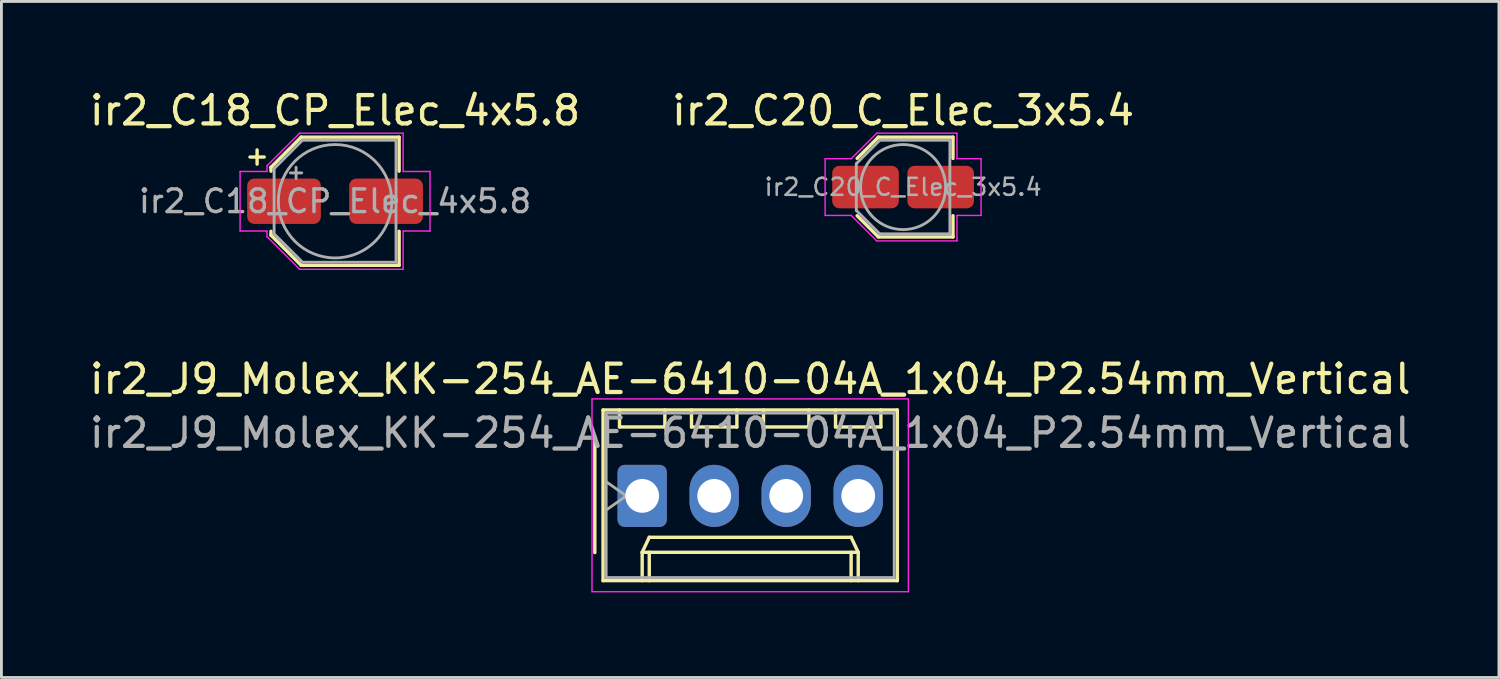
<source format=kicad_pcb>
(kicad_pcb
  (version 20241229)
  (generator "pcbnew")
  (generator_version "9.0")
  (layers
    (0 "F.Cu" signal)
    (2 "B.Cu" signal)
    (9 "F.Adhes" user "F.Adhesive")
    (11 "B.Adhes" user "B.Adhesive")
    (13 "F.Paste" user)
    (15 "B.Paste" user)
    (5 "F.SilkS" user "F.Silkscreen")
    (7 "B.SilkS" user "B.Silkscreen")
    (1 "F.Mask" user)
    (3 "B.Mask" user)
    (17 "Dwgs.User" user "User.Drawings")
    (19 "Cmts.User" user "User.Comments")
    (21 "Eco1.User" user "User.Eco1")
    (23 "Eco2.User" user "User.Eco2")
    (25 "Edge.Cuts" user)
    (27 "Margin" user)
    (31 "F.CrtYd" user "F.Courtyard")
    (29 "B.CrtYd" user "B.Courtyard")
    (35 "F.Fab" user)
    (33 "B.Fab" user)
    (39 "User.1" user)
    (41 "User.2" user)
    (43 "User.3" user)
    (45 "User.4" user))
  (footprint "ir2_C18_CP_Elec_4x5.8"
    (layer "F.Cu")
    (at 8.768 4.048)
    (property "Reference" "ir2_C18_CP_Elec_4x5.8" (at 0 -3.2 0) (layer "F.SilkS") (effects (font (size 1 1) (thickness 0.15))))
    (attr smd)
    (fp_line (start -3 -1.56) (end -2.5 -1.56) (stroke (width 0.12) (type solid)) (layer "F.SilkS"))
    (fp_line (start -2.75 -1.81) (end -2.75 -1.31) (stroke (width 0.12) (type solid)) (layer "F.SilkS"))
    (fp_line (start -2.26 -1.196) (end -2.26 -1.06) (stroke (width 0.12) (type solid)) (layer "F.SilkS"))
    (fp_line (start -2.26 -1.196) (end -1.196 -2.26) (stroke (width 0.12) (type solid)) (layer "F.SilkS"))
    (fp_line (start -2.26 1.196) (end -2.26 1.06) (stroke (width 0.12) (type solid)) (layer "F.SilkS"))
    (fp_line (start -2.26 1.196) (end -1.196 2.26) (stroke (width 0.12) (type solid)) (layer "F.SilkS"))
    (fp_line (start -1.196 -2.26) (end 2.26 -2.26) (stroke (width 0.12) (type solid)) (layer "F.SilkS"))
    (fp_line (start -1.196 2.26) (end 2.26 2.26) (stroke (width 0.12) (type solid)) (layer "F.SilkS"))
    (fp_line (start 2.26 -2.26) (end 2.26 -1.06) (stroke (width 0.12) (type solid)) (layer "F.SilkS"))
    (fp_line (start 2.26 2.26) (end 2.26 1.06) (stroke (width 0.12) (type solid)) (layer "F.SilkS"))
    (fp_line (start -3.35 -1.05) (end -3.35 1.05) (stroke (width 0.05) (type solid)) (layer "F.CrtYd"))
    (fp_line (start -3.35 1.05) (end -2.4 1.05) (stroke (width 0.05) (type solid)) (layer "F.CrtYd"))
    (fp_line (start -2.4 -1.25) (end -2.4 -1.05) (stroke (width 0.05) (type solid)) (layer "F.CrtYd"))
    (fp_line (start -2.4 -1.25) (end -1.25 -2.4) (stroke (width 0.05) (type solid)) (layer "F.CrtYd"))
    (fp_line (start -2.4 -1.05) (end -3.35 -1.05) (stroke (width 0.05) (type solid)) (layer "F.CrtYd"))
    (fp_line (start -2.4 1.05) (end -2.4 1.25) (stroke (width 0.05) (type solid)) (layer "F.CrtYd"))
    (fp_line (start -2.4 1.25) (end -1.25 2.4) (stroke (width 0.05) (type solid)) (layer "F.CrtYd"))
    (fp_line (start -1.25 -2.4) (end 2.4 -2.4) (stroke (width 0.05) (type solid)) (layer "F.CrtYd"))
    (fp_line (start -1.25 2.4) (end 2.4 2.4) (stroke (width 0.05) (type solid)) (layer "F.CrtYd"))
    (fp_line (start 2.4 -2.4) (end 2.4 -1.05) (stroke (width 0.05) (type solid)) (layer "F.CrtYd"))
    (fp_line (start 2.4 -1.05) (end 3.35 -1.05) (stroke (width 0.05) (type solid)) (layer "F.CrtYd"))
    (fp_line (start 2.4 1.05) (end 2.4 2.4) (stroke (width 0.05) (type solid)) (layer "F.CrtYd"))
    (fp_line (start 3.35 -1.05) (end 3.35 1.05) (stroke (width 0.05) (type solid)) (layer "F.CrtYd"))
    (fp_line (start 3.35 1.05) (end 2.4 1.05) (stroke (width 0.05) (type solid)) (layer "F.CrtYd"))
    (fp_line (start -2.15 -1.15) (end -2.15 1.15) (stroke (width 0.1) (type solid)) (layer "F.Fab"))
    (fp_line (start -2.15 -1.15) (end -1.15 -2.15) (stroke (width 0.1) (type solid)) (layer "F.Fab"))
    (fp_line (start -2.15 1.15) (end -1.15 2.15) (stroke (width 0.1) (type solid)) (layer "F.Fab"))
    (fp_line (start -1.575 -1) (end -1.175 -1) (stroke (width 0.1) (type solid)) (layer "F.Fab"))
    (fp_line (start -1.375 -1.2) (end -1.375 -0.8) (stroke (width 0.1) (type solid)) (layer "F.Fab"))
    (fp_line (start -1.15 -2.15) (end 2.15 -2.15) (stroke (width 0.1) (type solid)) (layer "F.Fab"))
    (fp_line (start -1.15 2.15) (end 2.15 2.15) (stroke (width 0.1) (type solid)) (layer "F.Fab"))
    (fp_line (start 2.15 -2.15) (end 2.15 2.15) (stroke (width 0.1) (type solid)) (layer "F.Fab"))
    (fp_circle (center 0 0) (end 2 0) (stroke (width 0.1) (type solid)) (fill no) (layer "F.Fab"))
    (fp_text user "${REFERENCE}" (at 0 0 0) (layer "F.Fab") (effects (font (size 0.8 0.8) (thickness 0.12))))
    (pad "1" smd roundrect (at -1.8 0) (size 2.6 1.6) (layers "F.Cu" "F.Mask" "F.Paste") (roundrect_rratio 0.156))
    (pad "2" smd roundrect (at 1.8 0) (size 2.6 1.6) (layers "F.Cu" "F.Mask" "F.Paste") (roundrect_rratio 0.156)))
  (footprint "ir2_C20_C_Elec_3x5.4"
    (layer "F.Cu")
    (at 28.804 3.548)
    (property "Reference" "ir2_C20_C_Elec_3x5.4" (at 0 -2.7 0) (layer "F.SilkS") (effects (font (size 1 1) (thickness 0.15))))
    (attr smd)
    (fp_line (start -1.621 -1.01) (end -0.871 -1.76) (stroke (width 0.12) (type solid)) (layer "F.SilkS"))
    (fp_line (start -1.621 1.01) (end -0.871 1.76) (stroke (width 0.12) (type solid)) (layer "F.SilkS"))
    (fp_line (start -0.871 -1.76) (end 1.76 -1.76) (stroke (width 0.12) (type solid)) (layer "F.SilkS"))
    (fp_line (start -0.871 1.76) (end 1.76 1.76) (stroke (width 0.12) (type solid)) (layer "F.SilkS"))
    (fp_line (start 1.76 -1.76) (end 1.76 -1.01) (stroke (width 0.12) (type solid)) (layer "F.SilkS"))
    (fp_line (start 1.76 1.76) (end 1.76 1.01) (stroke (width 0.12) (type solid)) (layer "F.SilkS"))
    (fp_line (start -2.75 -1) (end -2.75 1) (stroke (width 0.05) (type solid)) (layer "F.CrtYd"))
    (fp_line (start -2.75 1) (end -1.83 1) (stroke (width 0.05) (type solid)) (layer "F.CrtYd"))
    (fp_line (start -1.83 -1) (end -2.75 -1) (stroke (width 0.05) (type solid)) (layer "F.CrtYd"))
    (fp_line (start -1.83 -1) (end -0.93 -1.9) (stroke (width 0.05) (type solid)) (layer "F.CrtYd"))
    (fp_line (start -1.83 1) (end -0.93 1.9) (stroke (width 0.05) (type solid)) (layer "F.CrtYd"))
    (fp_line (start -0.93 -1.9) (end 1.9 -1.9) (stroke (width 0.05) (type solid)) (layer "F.CrtYd"))
    (fp_line (start -0.93 1.9) (end 1.9 1.9) (stroke (width 0.05) (type solid)) (layer "F.CrtYd"))
    (fp_line (start 1.9 -1.9) (end 1.9 -1) (stroke (width 0.05) (type solid)) (layer "F.CrtYd"))
    (fp_line (start 1.9 -1) (end 2.75 -1) (stroke (width 0.05) (type solid)) (layer "F.CrtYd"))
    (fp_line (start 1.9 1) (end 1.9 1.9) (stroke (width 0.05) (type solid)) (layer "F.CrtYd"))
    (fp_line (start 2.75 -1) (end 2.75 1) (stroke (width 0.05) (type solid)) (layer "F.CrtYd"))
    (fp_line (start 2.75 1) (end 1.9 1) (stroke (width 0.05) (type solid)) (layer "F.CrtYd"))
    (fp_line (start -1.65 -0.825) (end -1.65 0.825) (stroke (width 0.1) (type solid)) (layer "F.Fab"))
    (fp_line (start -1.65 -0.825) (end -0.825 -1.65) (stroke (width 0.1) (type solid)) (layer "F.Fab"))
    (fp_line (start -1.65 0.825) (end -0.825 1.65) (stroke (width 0.1) (type solid)) (layer "F.Fab"))
    (fp_line (start -0.825 -1.65) (end 1.65 -1.65) (stroke (width 0.1) (type solid)) (layer "F.Fab"))
    (fp_line (start -0.825 1.65) (end 1.65 1.65) (stroke (width 0.1) (type solid)) (layer "F.Fab"))
    (fp_line (start 1.65 -1.65) (end 1.65 1.65) (stroke (width 0.1) (type solid)) (layer "F.Fab"))
    (fp_circle (center 0 0) (end 1.5 0) (stroke (width 0.1) (type solid)) (fill no) (layer "F.Fab"))
    (fp_text user "${REFERENCE}" (at 0 0 0) (layer "F.Fab") (effects (font (size 0.6 0.6) (thickness 0.09))))
    (pad "1" smd roundrect (at -1.325 0) (size 2.35 1.5) (layers "F.Cu" "F.Mask" "F.Paste") (roundrect_rratio 0.167))
    (pad "2" smd roundrect (at 1.325 0) (size 2.35 1.5) (layers "F.Cu" "F.Mask" "F.Paste") (roundrect_rratio 0.167)))
  (footprint "ir2_J9_Molex_KK-254_AE-6410-04A_1x04_P2.54mm_Vertical"
    (layer "F.Cu")
    (at 19.601 14.441)
    (property "Reference" "ir2_J9_Molex_KK-254_AE-6410-04A_1x04_P2.54mm_Vertical" (at 3.81 -4.12 0) (layer "F.SilkS") (effects (font (size 1 1) (thickness 0.15))))
    (attr through_hole)
    (fp_line (start -1.67 -2) (end -1.67 2) (stroke (width 0.12) (type solid)) (layer "F.SilkS"))
    (fp_line (start -1.38 -3.03) (end -1.38 2.99) (stroke (width 0.12) (type solid)) (layer "F.SilkS"))
    (fp_line (start -1.38 2.99) (end 9 2.99) (stroke (width 0.12) (type solid)) (layer "F.SilkS"))
    (fp_line (start -0.8 -3.03) (end -0.8 -2.43) (stroke (width 0.12) (type solid)) (layer "F.SilkS"))
    (fp_line (start -0.8 -2.43) (end 0.8 -2.43) (stroke (width 0.12) (type solid)) (layer "F.SilkS"))
    (fp_line (start 0 1.99) (end 0.25 1.46) (stroke (width 0.12) (type solid)) (layer "F.SilkS"))
    (fp_line (start 0 1.99) (end 7.62 1.99) (stroke (width 0.12) (type solid)) (layer "F.SilkS"))
    (fp_line (start 0 2.99) (end 0 1.99) (stroke (width 0.12) (type solid)) (layer "F.SilkS"))
    (fp_line (start 0.25 1.46) (end 7.37 1.46) (stroke (width 0.12) (type solid)) (layer "F.SilkS"))
    (fp_line (start 0.25 2.99) (end 0.25 1.99) (stroke (width 0.12) (type solid)) (layer "F.SilkS"))
    (fp_line (start 0.8 -2.43) (end 0.8 -3.03) (stroke (width 0.12) (type solid)) (layer "F.SilkS"))
    (fp_line (start 1.74 -3.03) (end 1.74 -2.43) (stroke (width 0.12) (type solid)) (layer "F.SilkS"))
    (fp_line (start 1.74 -2.43) (end 3.34 -2.43) (stroke (width 0.12) (type solid)) (layer "F.SilkS"))
    (fp_line (start 3.34 -2.43) (end 3.34 -3.03) (stroke (width 0.12) (type solid)) (layer "F.SilkS"))
    (fp_line (start 4.28 -3.03) (end 4.28 -2.43) (stroke (width 0.12) (type solid)) (layer "F.SilkS"))
    (fp_line (start 4.28 -2.43) (end 5.88 -2.43) (stroke (width 0.12) (type solid)) (layer "F.SilkS"))
    (fp_line (start 5.88 -2.43) (end 5.88 -3.03) (stroke (width 0.12) (type solid)) (layer "F.SilkS"))
    (fp_line (start 6.82 -3.03) (end 6.82 -2.43) (stroke (width 0.12) (type solid)) (layer "F.SilkS"))
    (fp_line (start 6.82 -2.43) (end 8.42 -2.43) (stroke (width 0.12) (type solid)) (layer "F.SilkS"))
    (fp_line (start 7.37 1.46) (end 7.62 1.99) (stroke (width 0.12) (type solid)) (layer "F.SilkS"))
    (fp_line (start 7.37 2.99) (end 7.37 1.99) (stroke (width 0.12) (type solid)) (layer "F.SilkS"))
    (fp_line (start 7.62 1.99) (end 7.62 2.99) (stroke (width 0.12) (type solid)) (layer "F.SilkS"))
    (fp_line (start 8.42 -2.43) (end 8.42 -3.03) (stroke (width 0.12) (type solid)) (layer "F.SilkS"))
    (fp_line (start 9 -3.03) (end -1.38 -3.03) (stroke (width 0.12) (type solid)) (layer "F.SilkS"))
    (fp_line (start 9 2.99) (end 9 -3.03) (stroke (width 0.12) (type solid)) (layer "F.SilkS"))
    (fp_line (start -1.77 -3.42) (end -1.77 3.38) (stroke (width 0.05) (type solid)) (layer "F.CrtYd"))
    (fp_line (start -1.77 3.38) (end 9.39 3.38) (stroke (width 0.05) (type solid)) (layer "F.CrtYd"))
    (fp_line (start 9.39 -3.42) (end -1.77 -3.42) (stroke (width 0.05) (type solid)) (layer "F.CrtYd"))
    (fp_line (start 9.39 3.38) (end 9.39 -3.42) (stroke (width 0.05) (type solid)) (layer "F.CrtYd"))
    (fp_line (start -1.27 -2.92) (end -1.27 2.88) (stroke (width 0.1) (type solid)) (layer "F.Fab"))
    (fp_line (start -1.27 -0.5) (end -0.563 0) (stroke (width 0.1) (type solid)) (layer "F.Fab"))
    (fp_line (start -1.27 2.88) (end 8.89 2.88) (stroke (width 0.1) (type solid)) (layer "F.Fab"))
    (fp_line (start -0.563 0) (end -1.27 0.5) (stroke (width 0.1) (type solid)) (layer "F.Fab"))
    (fp_line (start 8.89 -2.92) (end -1.27 -2.92) (stroke (width 0.1) (type solid)) (layer "F.Fab"))
    (fp_line (start 8.89 2.88) (end 8.89 -2.92) (stroke (width 0.1) (type solid)) (layer "F.Fab"))
    (fp_text user "${REFERENCE}" (at 3.81 -2.22 0) (layer "F.Fab") (effects (font (size 1 1) (thickness 0.15))))
    (pad "1" thru_hole roundrect (at 0 0) (size 1.74 2.19) (drill 1.19) (layers "*.Cu" "*.Mask") (roundrect_rratio 0.144))
    (pad "2" thru_hole oval (at 2.54 0) (size 1.74 2.19) (drill 1.19) (layers "*.Cu" "*.Mask"))
    (pad "3" thru_hole oval (at 5.08 0) (size 1.74 2.19) (drill 1.19) (layers "*.Cu" "*.Mask"))
    (pad "4" thru_hole oval (at 7.62 0) (size 1.74 2.19) (drill 1.19) (layers "*.Cu" "*.Mask")))
  (gr_rect
    (start -3 -3)
    (end 49.821 20.846)
    (stroke (width 0.1) (type default))
    (fill no)
    (layer "Edge.Cuts")))
</source>
